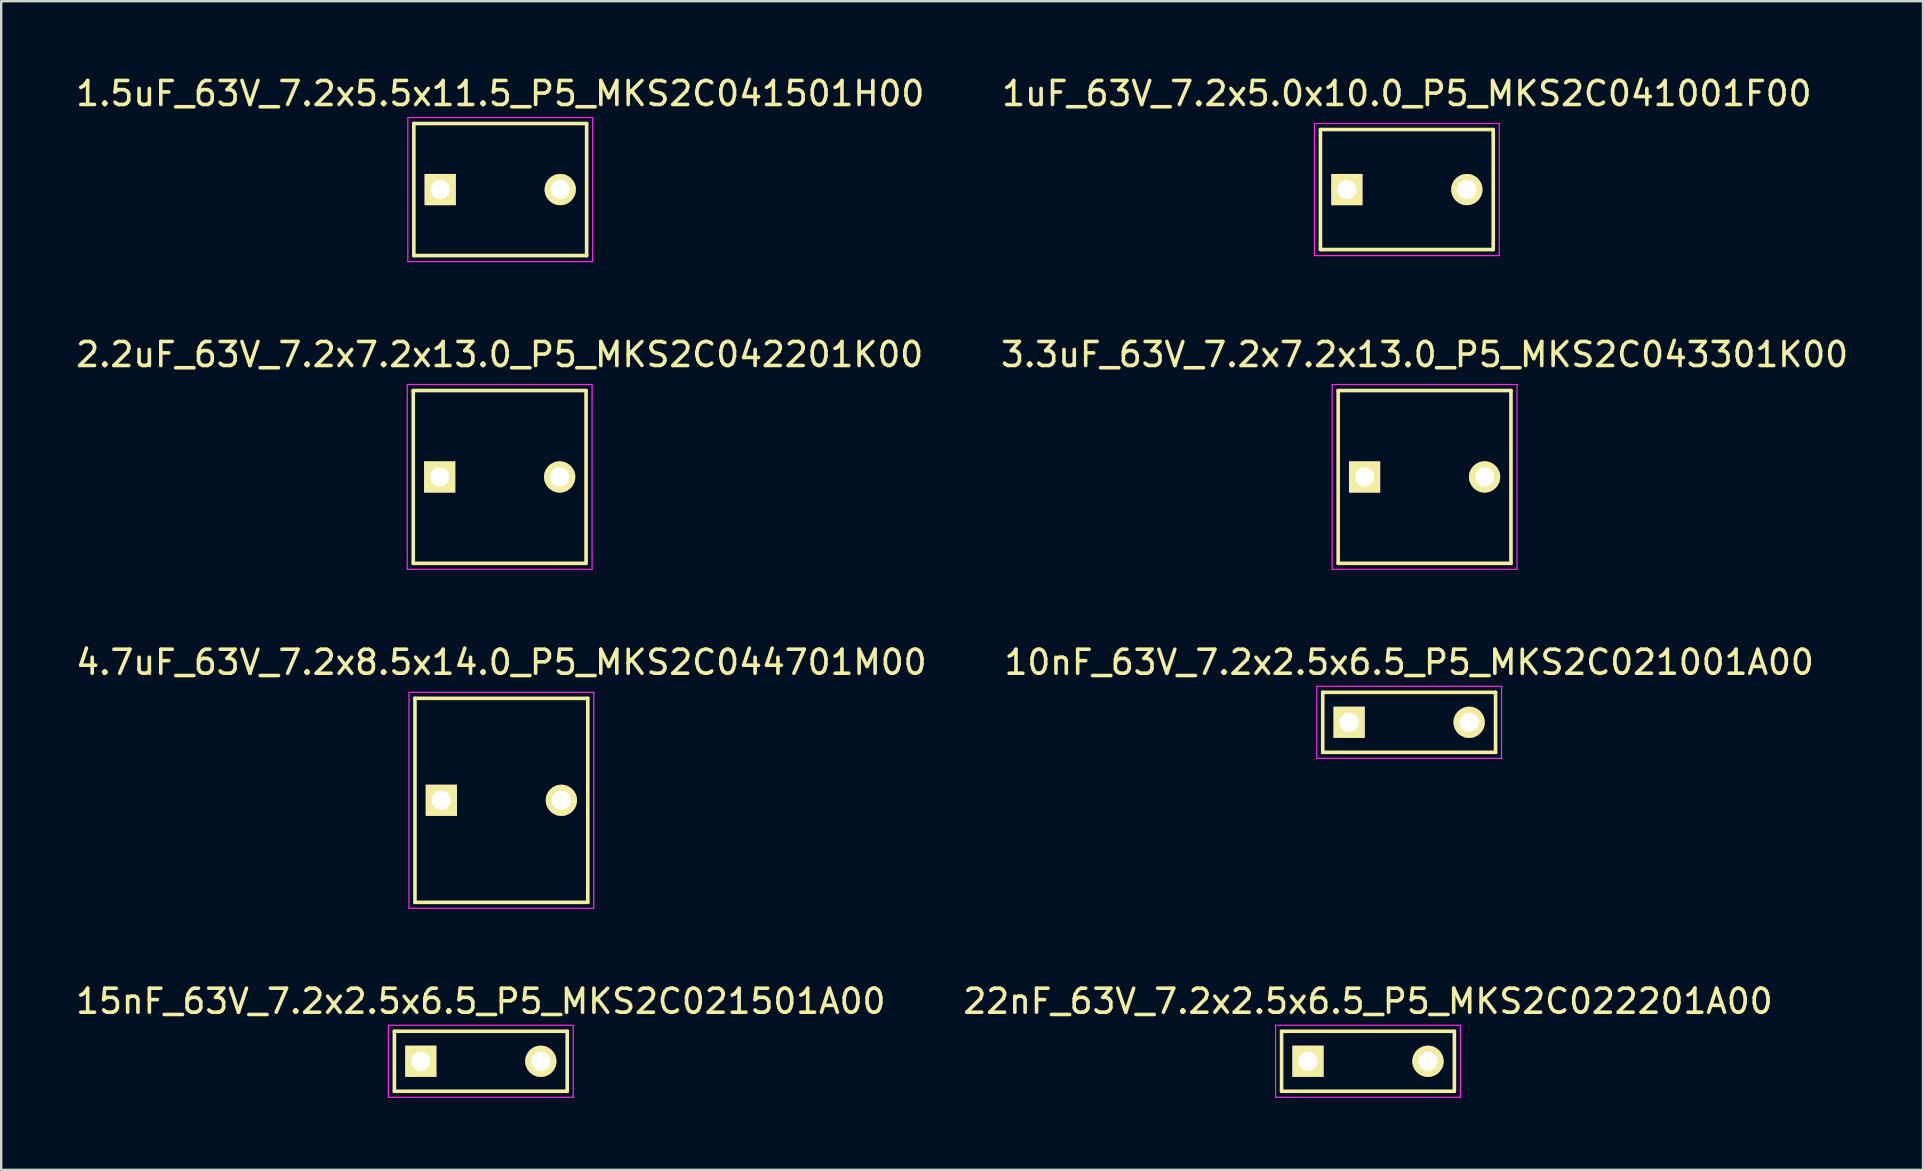
<source format=kicad_pcb>
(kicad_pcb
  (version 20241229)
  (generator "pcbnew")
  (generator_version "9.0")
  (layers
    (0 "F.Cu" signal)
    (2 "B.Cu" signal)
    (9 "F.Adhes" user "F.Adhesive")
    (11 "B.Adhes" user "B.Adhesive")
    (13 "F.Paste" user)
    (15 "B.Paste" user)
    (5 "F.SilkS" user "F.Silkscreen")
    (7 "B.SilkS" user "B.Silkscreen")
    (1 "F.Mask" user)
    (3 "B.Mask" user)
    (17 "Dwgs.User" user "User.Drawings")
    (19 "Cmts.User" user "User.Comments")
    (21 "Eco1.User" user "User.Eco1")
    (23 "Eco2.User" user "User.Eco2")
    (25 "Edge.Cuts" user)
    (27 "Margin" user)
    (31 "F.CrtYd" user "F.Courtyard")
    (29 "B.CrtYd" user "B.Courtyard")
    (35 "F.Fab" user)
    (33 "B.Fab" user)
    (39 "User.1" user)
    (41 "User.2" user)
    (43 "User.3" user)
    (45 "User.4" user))
  (footprint "15nF_63V_7.2x2.5x6.5_P5_MKS2C021501A00"
    (layer "F.Cu")
    (at 14.482 41.168)
    (property "Reference" "15nF_63V_7.2x2.5x6.5_P5_MKS2C021501A00" (at 2.5 -2.5 0) (layer "F.SilkS") (effects (font (size 1 1) (thickness 0.15))))
    (attr through_hole)
    (fp_line (start -1.1 -1.25) (end 6.1 -1.25) (stroke (width 0.15) (type solid)) (layer "F.SilkS"))
    (fp_line (start -1.1 1.25) (end -1.1 -1.25) (stroke (width 0.15) (type solid)) (layer "F.SilkS"))
    (fp_line (start 6.1 -1.25) (end 6.1 1.25) (stroke (width 0.15) (type solid)) (layer "F.SilkS"))
    (fp_line (start 6.1 1.25) (end -1.1 1.25) (stroke (width 0.15) (type solid)) (layer "F.SilkS"))
    (fp_line (start -1.35 1.5) (end -1.35 -1.5) (stroke (width 0.05) (type solid)) (layer "F.CrtYd"))
    (fp_line (start -1.15 -1.5) (end -1.35 -1.5) (stroke (width 0.05) (type solid)) (layer "F.CrtYd"))
    (fp_line (start -1.15 -1.5) (end 6.35 -1.5) (stroke (width 0.05) (type solid)) (layer "F.CrtYd"))
    (fp_line (start -1.15 1.5) (end -1.35 1.5) (stroke (width 0.05) (type solid)) (layer "F.CrtYd"))
    (fp_line (start 6.35 -1.5) (end 6.35 1.5) (stroke (width 0.05) (type solid)) (layer "F.CrtYd"))
    (fp_line (start 6.35 1.5) (end -1.15 1.5) (stroke (width 0.05) (type solid)) (layer "F.CrtYd"))
    (pad "1" thru_hole rect (at 0 0) (size 1.3 1.3) (drill 0.8) (layers "*.Cu" "*.Mask" "F.SilkS"))
    (pad "2" thru_hole circle (at 5 0) (size 1.3 1.3) (drill 0.8) (layers "*.Cu" "*.Mask" "F.SilkS")))
  (footprint "3.3uF_63V_7.2x7.2x13.0_P5_MKS2C043301K00"
    (layer "F.Cu")
    (at 53.804 16.822)
    (property "Reference" "3.3uF_63V_7.2x7.2x13.0_P5_MKS2C043301K00" (at 2.5 -5.1 0) (layer "F.SilkS") (effects (font (size 1 1) (thickness 0.15))))
    (attr through_hole)
    (fp_line (start -1.1 -3.6) (end -1.1 3.6) (stroke (width 0.15) (type solid)) (layer "F.SilkS"))
    (fp_line (start -1.1 -3.6) (end 6.1 -3.6) (stroke (width 0.15) (type solid)) (layer "F.SilkS"))
    (fp_line (start 6.1 -3.6) (end 6.1 3.6) (stroke (width 0.15) (type solid)) (layer "F.SilkS"))
    (fp_line (start 6.1 3.6) (end -1.1 3.6) (stroke (width 0.15) (type solid)) (layer "F.SilkS"))
    (fp_line (start -1.35 -3.25) (end -1.35 -3.85) (stroke (width 0.05) (type solid)) (layer "F.CrtYd"))
    (fp_line (start -1.35 3.25) (end -1.35 -3.25) (stroke (width 0.05) (type solid)) (layer "F.CrtYd"))
    (fp_line (start -1.35 3.25) (end -1.35 3.85) (stroke (width 0.05) (type solid)) (layer "F.CrtYd"))
    (fp_line (start -1.15 -3.85) (end -1.35 -3.85) (stroke (width 0.05) (type solid)) (layer "F.CrtYd"))
    (fp_line (start -1.15 -3.85) (end 6.35 -3.85) (stroke (width 0.05) (type solid)) (layer "F.CrtYd"))
    (fp_line (start -1.15 3.85) (end -1.35 3.85) (stroke (width 0.05) (type solid)) (layer "F.CrtYd"))
    (fp_line (start 6.35 -3.85) (end 6.35 -3.25) (stroke (width 0.05) (type solid)) (layer "F.CrtYd"))
    (fp_line (start 6.35 -3.25) (end 6.35 3.25) (stroke (width 0.05) (type solid)) (layer "F.CrtYd"))
    (fp_line (start 6.35 3.25) (end 6.35 3.85) (stroke (width 0.05) (type solid)) (layer "F.CrtYd"))
    (fp_line (start 6.35 3.85) (end -1.15 3.85) (stroke (width 0.05) (type solid)) (layer "F.CrtYd"))
    (pad "1" thru_hole rect (at 0 0) (size 1.3 1.3) (drill 0.8) (layers "*.Cu" "*.Mask" "F.SilkS"))
    (pad "2" thru_hole circle (at 5 0) (size 1.3 1.3) (drill 0.8) (layers "*.Cu" "*.Mask" "F.SilkS")))
  (footprint "10nF_63V_7.2x2.5x6.5_P5_MKS2C021001A00"
    (layer "F.Cu")
    (at 53.161 27.045)
    (property "Reference" "10nF_63V_7.2x2.5x6.5_P5_MKS2C021001A00" (at 2.5 -2.5 0) (layer "F.SilkS") (effects (font (size 1 1) (thickness 0.15))))
    (attr through_hole)
    (fp_line (start -1.1 -1.25) (end 6.1 -1.25) (stroke (width 0.15) (type solid)) (layer "F.SilkS"))
    (fp_line (start -1.1 1.25) (end -1.1 -1.25) (stroke (width 0.15) (type solid)) (layer "F.SilkS"))
    (fp_line (start 6.1 -1.25) (end 6.1 1.25) (stroke (width 0.15) (type solid)) (layer "F.SilkS"))
    (fp_line (start 6.1 1.25) (end -1.1 1.25) (stroke (width 0.15) (type solid)) (layer "F.SilkS"))
    (fp_line (start -1.35 1.5) (end -1.35 -1.5) (stroke (width 0.05) (type solid)) (layer "F.CrtYd"))
    (fp_line (start -1.15 -1.5) (end -1.35 -1.5) (stroke (width 0.05) (type solid)) (layer "F.CrtYd"))
    (fp_line (start -1.15 -1.5) (end 6.35 -1.5) (stroke (width 0.05) (type solid)) (layer "F.CrtYd"))
    (fp_line (start -1.15 1.5) (end -1.35 1.5) (stroke (width 0.05) (type solid)) (layer "F.CrtYd"))
    (fp_line (start 6.35 -1.5) (end 6.35 1.5) (stroke (width 0.05) (type solid)) (layer "F.CrtYd"))
    (fp_line (start 6.35 1.5) (end -1.15 1.5) (stroke (width 0.05) (type solid)) (layer "F.CrtYd"))
    (pad "1" thru_hole rect (at 0 0) (size 1.3 1.3) (drill 0.8) (layers "*.Cu" "*.Mask" "F.SilkS"))
    (pad "2" thru_hole circle (at 5 0) (size 1.3 1.3) (drill 0.8) (layers "*.Cu" "*.Mask" "F.SilkS")))
  (footprint "22nF_63V_7.2x2.5x6.5_P5_MKS2C022201A00"
    (layer "F.Cu")
    (at 51.446 41.168)
    (property "Reference" "22nF_63V_7.2x2.5x6.5_P5_MKS2C022201A00" (at 2.5 -2.5 0) (layer "F.SilkS") (effects (font (size 1 1) (thickness 0.15))))
    (attr through_hole)
    (fp_line (start -1.1 -1.25) (end 6.1 -1.25) (stroke (width 0.15) (type solid)) (layer "F.SilkS"))
    (fp_line (start -1.1 1.25) (end -1.1 -1.25) (stroke (width 0.15) (type solid)) (layer "F.SilkS"))
    (fp_line (start 6.1 -1.25) (end 6.1 1.25) (stroke (width 0.15) (type solid)) (layer "F.SilkS"))
    (fp_line (start 6.1 1.25) (end -1.1 1.25) (stroke (width 0.15) (type solid)) (layer "F.SilkS"))
    (fp_line (start -1.35 1.5) (end -1.35 -1.5) (stroke (width 0.05) (type solid)) (layer "F.CrtYd"))
    (fp_line (start -1.15 -1.5) (end -1.35 -1.5) (stroke (width 0.05) (type solid)) (layer "F.CrtYd"))
    (fp_line (start -1.15 -1.5) (end 6.35 -1.5) (stroke (width 0.05) (type solid)) (layer "F.CrtYd"))
    (fp_line (start -1.15 1.5) (end -1.35 1.5) (stroke (width 0.05) (type solid)) (layer "F.CrtYd"))
    (fp_line (start 6.35 -1.5) (end 6.35 1.5) (stroke (width 0.05) (type solid)) (layer "F.CrtYd"))
    (fp_line (start 6.35 1.5) (end -1.15 1.5) (stroke (width 0.05) (type solid)) (layer "F.CrtYd"))
    (pad "1" thru_hole rect (at 0 0) (size 1.3 1.3) (drill 0.8) (layers "*.Cu" "*.Mask" "F.SilkS"))
    (pad "2" thru_hole circle (at 5 0) (size 1.3 1.3) (drill 0.8) (layers "*.Cu" "*.Mask" "F.SilkS")))
  (footprint "1.5uF_63V_7.2x5.5x11.5_P5_MKS2C041501H00"
    (layer "F.Cu")
    (at 15.292 4.848)
    (property "Reference" "1.5uF_63V_7.2x5.5x11.5_P5_MKS2C041501H00" (at 2.5 -4 0) (layer "F.SilkS") (effects (font (size 1 1) (thickness 0.15))))
    (attr through_hole)
    (fp_line (start -1.1 -2.75) (end 6.1 -2.75) (stroke (width 0.15) (type solid)) (layer "F.SilkS"))
    (fp_line (start -1.1 2.75) (end -1.1 -2.75) (stroke (width 0.15) (type solid)) (layer "F.SilkS"))
    (fp_line (start 6.1 -2.75) (end 6.1 2.75) (stroke (width 0.15) (type solid)) (layer "F.SilkS"))
    (fp_line (start 6.1 2.75) (end -1.1 2.75) (stroke (width 0.15) (type solid)) (layer "F.SilkS"))
    (fp_line (start -1.35 3) (end -1.35 -3) (stroke (width 0.05) (type solid)) (layer "F.CrtYd"))
    (fp_line (start -1.15 -3) (end -1.35 -3) (stroke (width 0.05) (type solid)) (layer "F.CrtYd"))
    (fp_line (start -1.15 -3) (end 6.35 -3) (stroke (width 0.05) (type solid)) (layer "F.CrtYd"))
    (fp_line (start -1.15 3) (end -1.35 3) (stroke (width 0.05) (type solid)) (layer "F.CrtYd"))
    (fp_line (start 6.35 -3) (end 6.35 3) (stroke (width 0.05) (type solid)) (layer "F.CrtYd"))
    (fp_line (start 6.35 3) (end -1.15 3) (stroke (width 0.05) (type solid)) (layer "F.CrtYd"))
    (pad "1" thru_hole rect (at 0 0) (size 1.3 1.3) (drill 0.8) (layers "*.Cu" "*.Mask" "F.SilkS"))
    (pad "2" thru_hole circle (at 5 0) (size 1.3 1.3) (drill 0.8) (layers "*.Cu" "*.Mask" "F.SilkS")))
  (footprint "2.2uF_63V_7.2x7.2x13.0_P5_MKS2C042201K00"
    (layer "F.Cu")
    (at 15.268 16.822)
    (property "Reference" "2.2uF_63V_7.2x7.2x13.0_P5_MKS2C042201K00" (at 2.5 -5.1 0) (layer "F.SilkS") (effects (font (size 1 1) (thickness 0.15))))
    (attr through_hole)
    (fp_line (start -1.1 -3.6) (end -1.1 3.6) (stroke (width 0.15) (type solid)) (layer "F.SilkS"))
    (fp_line (start -1.1 -3.6) (end 6.1 -3.6) (stroke (width 0.15) (type solid)) (layer "F.SilkS"))
    (fp_line (start 6.1 -3.6) (end 6.1 3.6) (stroke (width 0.15) (type solid)) (layer "F.SilkS"))
    (fp_line (start 6.1 3.6) (end -1.1 3.6) (stroke (width 0.15) (type solid)) (layer "F.SilkS"))
    (fp_line (start -1.35 -3.25) (end -1.35 -3.85) (stroke (width 0.05) (type solid)) (layer "F.CrtYd"))
    (fp_line (start -1.35 3.25) (end -1.35 -3.25) (stroke (width 0.05) (type solid)) (layer "F.CrtYd"))
    (fp_line (start -1.35 3.25) (end -1.35 3.85) (stroke (width 0.05) (type solid)) (layer "F.CrtYd"))
    (fp_line (start -1.15 -3.85) (end -1.35 -3.85) (stroke (width 0.05) (type solid)) (layer "F.CrtYd"))
    (fp_line (start -1.15 -3.85) (end 6.35 -3.85) (stroke (width 0.05) (type solid)) (layer "F.CrtYd"))
    (fp_line (start -1.15 3.85) (end -1.35 3.85) (stroke (width 0.05) (type solid)) (layer "F.CrtYd"))
    (fp_line (start 6.35 -3.85) (end 6.35 -3.25) (stroke (width 0.05) (type solid)) (layer "F.CrtYd"))
    (fp_line (start 6.35 -3.25) (end 6.35 3.25) (stroke (width 0.05) (type solid)) (layer "F.CrtYd"))
    (fp_line (start 6.35 3.25) (end 6.35 3.85) (stroke (width 0.05) (type solid)) (layer "F.CrtYd"))
    (fp_line (start 6.35 3.85) (end -1.15 3.85) (stroke (width 0.05) (type solid)) (layer "F.CrtYd"))
    (pad "1" thru_hole rect (at 0 0) (size 1.3 1.3) (drill 0.8) (layers "*.Cu" "*.Mask" "F.SilkS"))
    (pad "2" thru_hole circle (at 5 0) (size 1.3 1.3) (drill 0.8) (layers "*.Cu" "*.Mask" "F.SilkS")))
  (footprint "1uF_63V_7.2x5.0x10.0_P5_MKS2C041001F00"
    (layer "F.Cu")
    (at 53.065 4.848)
    (property "Reference" "1uF_63V_7.2x5.0x10.0_P5_MKS2C041001F00" (at 2.5 -4 0) (layer "F.SilkS") (effects (font (size 1 1) (thickness 0.15))))
    (attr through_hole)
    (fp_line (start -1.1 -2.5) (end -1.1 -2.25) (stroke (width 0.15) (type solid)) (layer "F.SilkS"))
    (fp_line (start -1.1 -2.5) (end 6.1 -2.5) (stroke (width 0.15) (type solid)) (layer "F.SilkS"))
    (fp_line (start -1.1 2.25) (end -1.1 -2.25) (stroke (width 0.15) (type solid)) (layer "F.SilkS"))
    (fp_line (start -1.1 2.25) (end -1.1 2.5) (stroke (width 0.15) (type solid)) (layer "F.SilkS"))
    (fp_line (start 6.1 -2.25) (end 6.1 -2.5) (stroke (width 0.15) (type solid)) (layer "F.SilkS"))
    (fp_line (start 6.1 -2.25) (end 6.1 2.25) (stroke (width 0.15) (type solid)) (layer "F.SilkS"))
    (fp_line (start 6.1 2.25) (end 6.1 2.5) (stroke (width 0.15) (type solid)) (layer "F.SilkS"))
    (fp_line (start 6.1 2.5) (end -1.1 2.5) (stroke (width 0.15) (type solid)) (layer "F.SilkS"))
    (fp_line (start -1.35 2.75) (end -1.35 -2.75) (stroke (width 0.05) (type solid)) (layer "F.CrtYd"))
    (fp_line (start -1.15 -2.75) (end -1.35 -2.75) (stroke (width 0.05) (type solid)) (layer "F.CrtYd"))
    (fp_line (start -1.15 -2.75) (end 6.35 -2.75) (stroke (width 0.05) (type solid)) (layer "F.CrtYd"))
    (fp_line (start -1.15 2.75) (end -1.35 2.75) (stroke (width 0.05) (type solid)) (layer "F.CrtYd"))
    (fp_line (start 6.35 -2.75) (end 6.35 2.75) (stroke (width 0.05) (type solid)) (layer "F.CrtYd"))
    (fp_line (start 6.35 2.75) (end -1.15 2.75) (stroke (width 0.05) (type solid)) (layer "F.CrtYd"))
    (pad "1" thru_hole rect (at 0 0) (size 1.3 1.3) (drill 0.8) (layers "*.Cu" "*.Mask" "F.SilkS"))
    (pad "2" thru_hole circle (at 5 0) (size 1.3 1.3) (drill 0.8) (layers "*.Cu" "*.Mask" "F.SilkS")))
  (footprint "4.7uF_63V_7.2x8.5x14.0_P5_MKS2C044701M00"
    (layer "F.Cu")
    (at 15.339 30.295)
    (property "Reference" "4.7uF_63V_7.2x8.5x14.0_P5_MKS2C044701M00" (at 2.5 -5.75 0) (layer "F.SilkS") (effects (font (size 1 1) (thickness 0.15))))
    (attr through_hole)
    (fp_line (start -1.1 -4.25) (end 6.1 -4.25) (stroke (width 0.15) (type solid)) (layer "F.SilkS"))
    (fp_line (start -1.1 4.25) (end -1.1 -4.25) (stroke (width 0.15) (type solid)) (layer "F.SilkS"))
    (fp_line (start 6.1 -4.25) (end 6.1 4.25) (stroke (width 0.15) (type solid)) (layer "F.SilkS"))
    (fp_line (start 6.1 4.25) (end -1.1 4.25) (stroke (width 0.15) (type solid)) (layer "F.SilkS"))
    (fp_line (start -1.35 -4.5) (end -1.35 4.5) (stroke (width 0.05) (type solid)) (layer "F.CrtYd"))
    (fp_line (start -1.15 -4.5) (end -1.35 -4.5) (stroke (width 0.05) (type solid)) (layer "F.CrtYd"))
    (fp_line (start -1.15 -4.5) (end 6.35 -4.5) (stroke (width 0.05) (type solid)) (layer "F.CrtYd"))
    (fp_line (start -1.15 4.5) (end -1.35 4.5) (stroke (width 0.05) (type solid)) (layer "F.CrtYd"))
    (fp_line (start 6.35 4.5) (end -1.15 4.5) (stroke (width 0.05) (type solid)) (layer "F.CrtYd"))
    (fp_line (start 6.35 4.5) (end 6.35 -4.5) (stroke (width 0.05) (type solid)) (layer "F.CrtYd"))
    (pad "1" thru_hole rect (at 0 0) (size 1.3 1.3) (drill 0.8) (layers "*.Cu" "*.Mask" "F.SilkS"))
    (pad "2" thru_hole circle (at 5 0) (size 1.3 1.3) (drill 0.8) (layers "*.Cu" "*.Mask" "F.SilkS")))
  (gr_rect
    (start -3 -3)
    (end 77.071 45.693)
    (stroke (width 0.1) (type default))
    (fill no)
    (layer "Edge.Cuts")))
</source>
